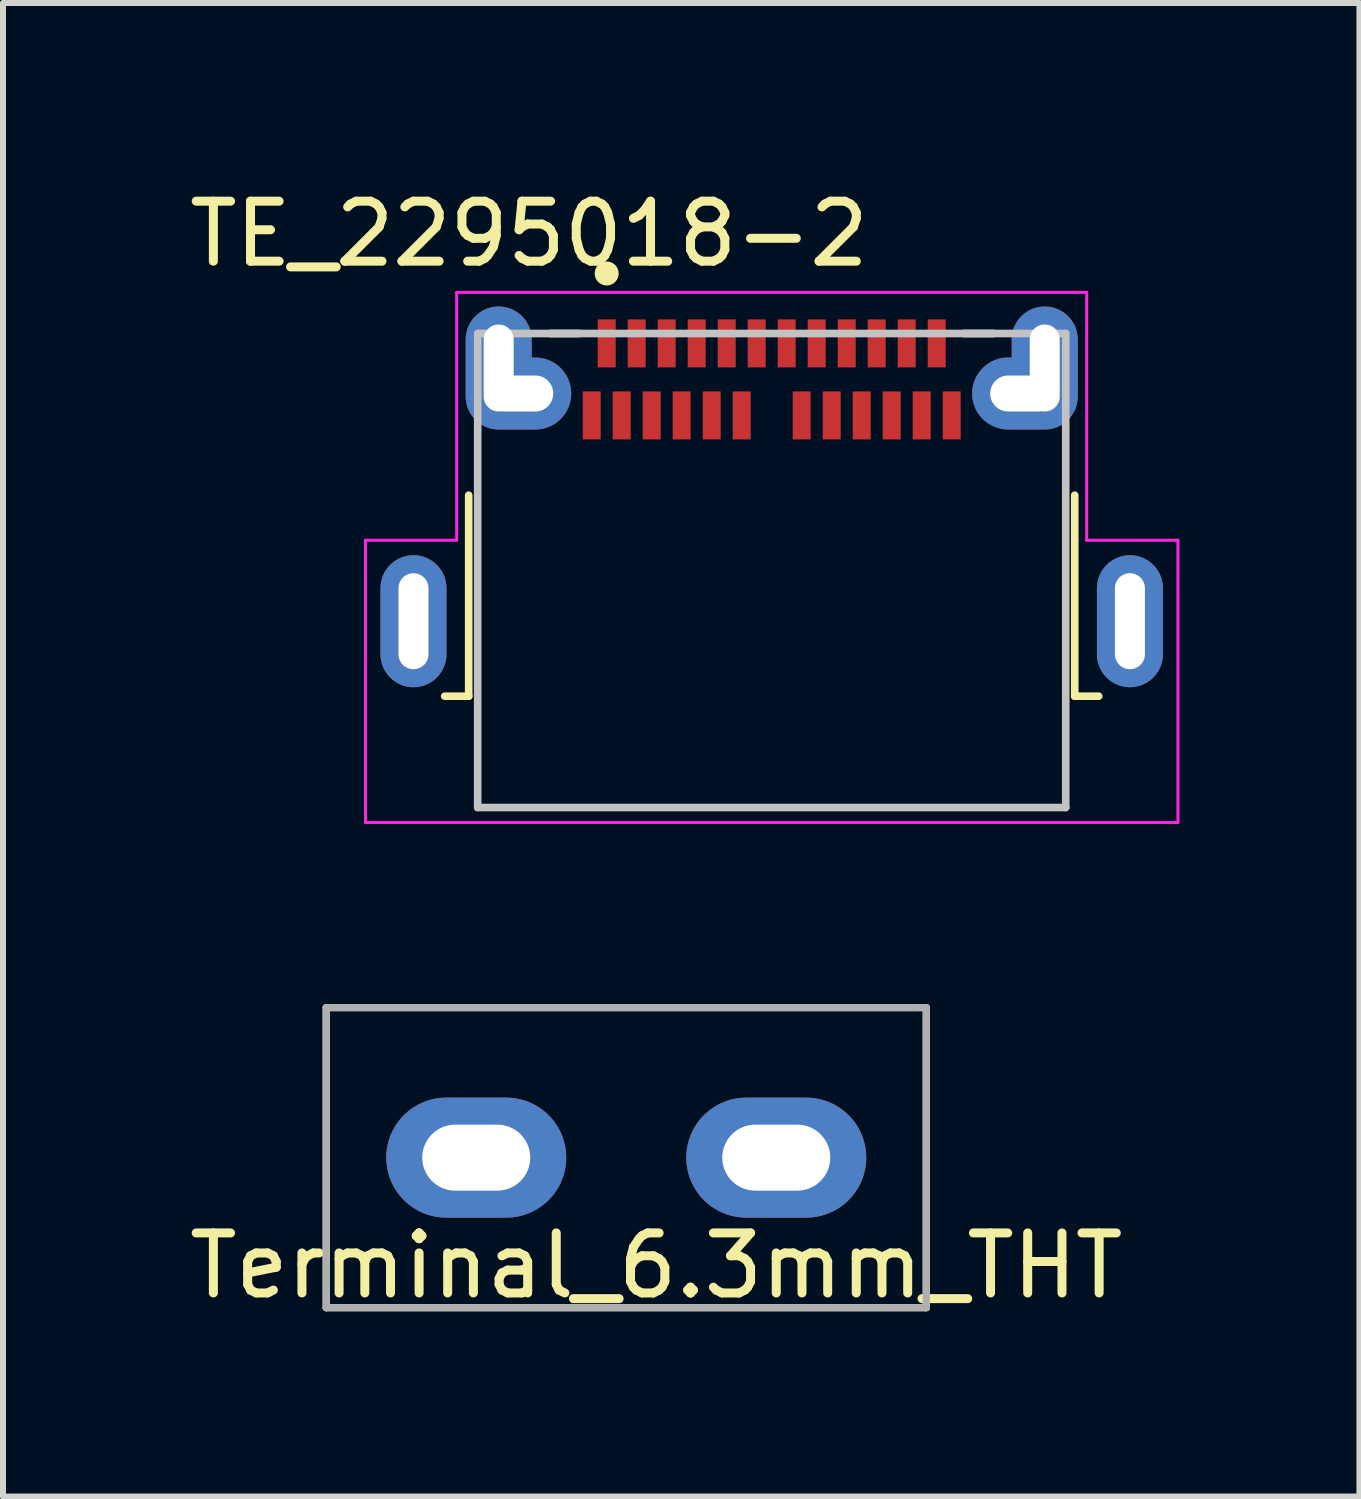
<source format=kicad_pcb>
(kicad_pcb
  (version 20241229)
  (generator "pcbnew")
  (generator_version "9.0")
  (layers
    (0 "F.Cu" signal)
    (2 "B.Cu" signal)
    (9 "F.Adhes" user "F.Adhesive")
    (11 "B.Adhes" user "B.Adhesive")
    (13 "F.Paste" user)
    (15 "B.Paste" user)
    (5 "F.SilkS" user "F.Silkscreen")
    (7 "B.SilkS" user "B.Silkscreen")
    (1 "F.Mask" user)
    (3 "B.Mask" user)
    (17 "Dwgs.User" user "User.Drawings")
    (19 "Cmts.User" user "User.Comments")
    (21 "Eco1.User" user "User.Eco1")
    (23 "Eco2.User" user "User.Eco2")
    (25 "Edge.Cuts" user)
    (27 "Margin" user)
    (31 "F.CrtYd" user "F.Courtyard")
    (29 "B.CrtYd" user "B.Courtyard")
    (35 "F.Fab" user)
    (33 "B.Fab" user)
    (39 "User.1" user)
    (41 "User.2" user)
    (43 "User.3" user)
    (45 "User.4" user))
  (footprint "TE_2295018-2"
    (layer "F.Cu")
    (at 9.811 7.303)
    (property "Reference" "TE_2295018-2" (at -4.043 -6.455 0) (layer "F.SilkS") (effects (font (size 1 1) (thickness 0.15))))
    (attr smd)
    (fp_line (start -5.05 -2.1) (end -5.05 1.25) (stroke (width 0.127) (type solid)) (layer "F.SilkS"))
    (fp_line (start -5.05 1.25) (end -5.45 1.25) (stroke (width 0.127) (type solid)) (layer "F.SilkS"))
    (fp_line (start -3.7 -4.795) (end -3.2 -4.795) (stroke (width 0.127) (type solid)) (layer "F.SilkS"))
    (fp_line (start 3.2 -4.795) (end 3.7 -4.795) (stroke (width 0.127) (type solid)) (layer "F.SilkS"))
    (fp_line (start 5.05 -2.1) (end 5.05 1.25) (stroke (width 0.127) (type solid)) (layer "F.SilkS"))
    (fp_line (start 5.05 1.25) (end 5.45 1.25) (stroke (width 0.127) (type solid)) (layer "F.SilkS"))
    (fp_circle (center -2.75 -5.795) (end -2.65 -5.795) (stroke (width 0.2) (type solid)) (fill no) (layer "F.SilkS"))
    (fp_line (start -4.9 -4.795) (end 4.9 -4.795) (stroke (width 0.127) (type solid)) (layer "Dwgs.User"))
    (fp_line (start -4.9 3.105) (end -4.9 -4.795) (stroke (width 0.127) (type solid)) (layer "Dwgs.User"))
    (fp_line (start 4.9 -4.795) (end 4.9 3.105) (stroke (width 0.127) (type solid)) (layer "Dwgs.User"))
    (fp_line (start 4.9 3.105) (end -4.9 3.105) (stroke (width 0.127) (type solid)) (layer "Dwgs.User"))
    (fp_line (start -6.77 -1.35) (end -5.25 -1.35) (stroke (width 0.05) (type solid)) (layer "F.CrtYd"))
    (fp_line (start -6.77 3.355) (end -6.77 -1.35) (stroke (width 0.05) (type solid)) (layer "F.CrtYd"))
    (fp_line (start -5.25 -5.48) (end 5.25 -5.48) (stroke (width 0.05) (type solid)) (layer "F.CrtYd"))
    (fp_line (start -5.25 -1.35) (end -5.25 -5.48) (stroke (width 0.05) (type solid)) (layer "F.CrtYd"))
    (fp_line (start 5.25 -5.48) (end 5.25 -1.35) (stroke (width 0.05) (type solid)) (layer "F.CrtYd"))
    (fp_line (start 5.25 -1.35) (end 6.77 -1.35) (stroke (width 0.05) (type solid)) (layer "F.CrtYd"))
    (fp_line (start 6.77 -1.35) (end 6.77 3.355) (stroke (width 0.05) (type solid)) (layer "F.CrtYd"))
    (fp_line (start 6.77 3.355) (end -6.77 3.355) (stroke (width 0.05) (type solid)) (layer "F.CrtYd"))
    (pad "A1" smd rect (at -2.75 -4.63 90) (size 0.8 0.3) (layers "F.Cu" "F.Mask" "F.Paste"))
    (pad "A2" smd rect (at -2.25 -4.63 90) (size 0.8 0.3) (layers "F.Cu" "F.Mask" "F.Paste"))
    (pad "A3" smd rect (at -1.75 -4.63 90) (size 0.8 0.3) (layers "F.Cu" "F.Mask" "F.Paste"))
    (pad "A4" smd rect (at -1.25 -4.63 90) (size 0.8 0.3) (layers "F.Cu" "F.Mask" "F.Paste"))
    (pad "A5" smd rect (at -0.75 -4.63 90) (size 0.8 0.3) (layers "F.Cu" "F.Mask" "F.Paste"))
    (pad "A6" smd rect (at -0.25 -4.63 90) (size 0.8 0.3) (layers "F.Cu" "F.Mask" "F.Paste"))
    (pad "A7" smd rect (at 0.25 -4.63 90) (size 0.8 0.3) (layers "F.Cu" "F.Mask" "F.Paste"))
    (pad "A8" smd rect (at 0.75 -4.63 90) (size 0.8 0.3) (layers "F.Cu" "F.Mask" "F.Paste"))
    (pad "A9" smd rect (at 1.25 -4.63 90) (size 0.8 0.3) (layers "F.Cu" "F.Mask" "F.Paste"))
    (pad "A10" smd rect (at 1.75 -4.63 90) (size 0.8 0.3) (layers "F.Cu" "F.Mask" "F.Paste"))
    (pad "A11" smd rect (at 2.25 -4.63 90) (size 0.8 0.3) (layers "F.Cu" "F.Mask" "F.Paste"))
    (pad "A12" smd rect (at 2.75 -4.63 90) (size 0.8 0.3) (layers "F.Cu" "F.Mask" "F.Paste"))
    (pad "B1" smd rect (at 3 -3.43 90) (size 0.8 0.3) (layers "F.Cu" "F.Mask" "F.Paste"))
    (pad "B2" smd rect (at 2.5 -3.43 90) (size 0.8 0.3) (layers "F.Cu" "F.Mask" "F.Paste"))
    (pad "B3" smd rect (at 2 -3.43 90) (size 0.8 0.3) (layers "F.Cu" "F.Mask" "F.Paste"))
    (pad "B4" smd rect (at 1.5 -3.43 90) (size 0.8 0.3) (layers "F.Cu" "F.Mask" "F.Paste"))
    (pad "B5" smd rect (at 1 -3.43 90) (size 0.8 0.3) (layers "F.Cu" "F.Mask" "F.Paste"))
    (pad "B6" smd rect (at 0.5 -3.43 90) (size 0.8 0.3) (layers "F.Cu" "F.Mask" "F.Paste"))
    (pad "B7" smd rect (at -0.5 -3.43 90) (size 0.8 0.3) (layers "F.Cu" "F.Mask" "F.Paste"))
    (pad "B8" smd rect (at -1 -3.43 90) (size 0.8 0.3) (layers "F.Cu" "F.Mask" "F.Paste"))
    (pad "B9" smd rect (at -1.5 -3.43 90) (size 0.8 0.3) (layers "F.Cu" "F.Mask" "F.Paste"))
    (pad "B10" smd rect (at -2 -3.43 90) (size 0.8 0.3) (layers "F.Cu" "F.Mask" "F.Paste"))
    (pad "B11" smd rect (at -2.5 -3.43 90) (size 0.8 0.3) (layers "F.Cu" "F.Mask" "F.Paste"))
    (pad "B12" smd rect (at -3 -3.43 90) (size 0.8 0.3) (layers "F.Cu" "F.Mask" "F.Paste"))
    (pad "S1" thru_hole oval (at -4.55 -4.22 90) (size 2.05 1.1) (drill oval 1.45 0.5) (layers "*.Cu" "*.Mask"))
    (pad "S1" thru_hole oval (at -4.191 -3.795 180) (size 1.7 1.2) (drill oval 1.1 0.6) (layers "*.Cu" "*.Mask"))
    (pad "S2" thru_hole oval (at 4.191 -3.795 180) (size 1.7 1.2) (drill oval 1.1 0.6) (layers "*.Cu" "*.Mask"))
    (pad "S2" thru_hole oval (at 4.55 -4.22 90) (size 2.05 1.1) (drill oval 1.45 0.5) (layers "*.Cu" "*.Mask"))
    (pad "S3" thru_hole oval (at -5.97 0 90) (size 2.2 1.1) (drill oval 1.6 0.5) (layers "*.Cu" "*.Mask"))
    (pad "S4" thru_hole oval (at 5.97 0 90) (size 2.2 1.1) (drill oval 1.6 0.5) (layers "*.Cu" "*.Mask")))
  (footprint "Terminal_6.3mm_THT"
    (layer "F.Cu")
    (at 7.387 16.243)
    (property "Reference" "Terminal_6.3mm_THT" (at 0.5 1.8 0) (layer "F.SilkS") (effects (font (size 1 1) (thickness 0.15))))
    (attr through_hole)
    (fp_poly (pts (xy 4 1) (xy -4 1) (xy -4 -1) (xy 4 -1)) (stroke (width 0.1) (type solid)) (fill yes) (layer "F.Mask"))
    (fp_line (start -5 -2.5) (end 5 -2.5) (stroke (width 0.12) (type solid)) (layer "F.SilkS"))
    (fp_line (start -5 2.5) (end -5 -2.5) (stroke (width 0.12) (type solid)) (layer "F.SilkS"))
    (fp_line (start 5 -2.5) (end 5 2.5) (stroke (width 0.12) (type solid)) (layer "F.SilkS"))
    (fp_line (start 5 2.5) (end -5 2.5) (stroke (width 0.12) (type solid)) (layer "F.SilkS"))
    (fp_line (start -5 -2.5) (end -5 2.5) (stroke (width 0.12) (type solid)) (layer "F.Fab"))
    (fp_line (start -5 2.5) (end 5 2.5) (stroke (width 0.12) (type solid)) (layer "F.Fab"))
    (fp_line (start 5 -2.5) (end -5 -2.5) (stroke (width 0.12) (type solid)) (layer "F.Fab"))
    (fp_line (start 5 -2.5) (end 5 2.5) (stroke (width 0.12) (type solid)) (layer "F.Fab"))
    (pad "1" thru_hole oval (at -2.5 0) (size 3 2) (drill oval 1.8 1.1) (layers "*.Cu" "*.Mask"))
    (pad "1" thru_hole oval (at 2.5 0) (size 3 2) (drill oval 1.8 1.1) (layers "*.Cu" "*.Mask")))
  (gr_rect
    (start -3 -3)
    (end 19.606 21.891)
    (stroke (width 0.1) (type default))
    (fill no)
    (layer "Edge.Cuts")))
</source>
